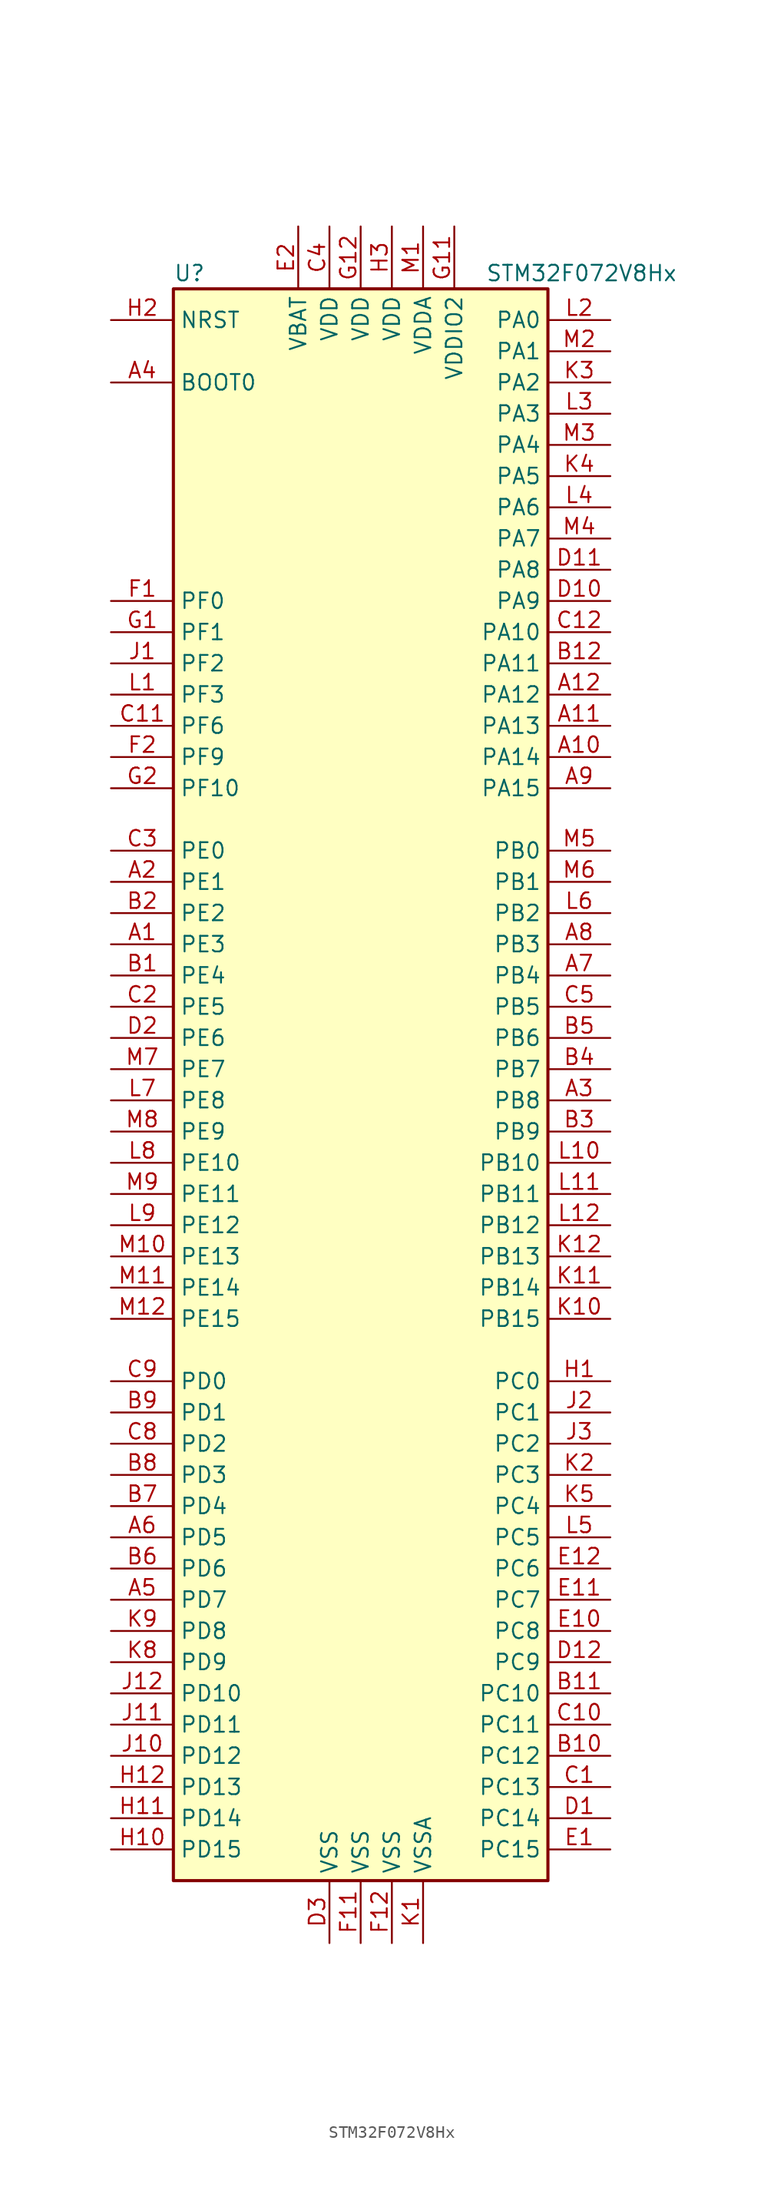
<source format=kicad_sym>
(kicad_symbol_lib
  (version 20201005)
  (generator kicad_symbol_editor)
  (symbol "MCU_ST_STM32F0:STM32F072V8Hx"
    (property "Reference" "U"
      (at -15.24 64.77 0)
      (effects (font (size 1.27 1.27)) (justify left)))
    (property "Value" "STM32F072V8Hx"
      (at 10.16 64.77 0)
      (effects (font (size 1.27 1.27)) (justify left)))
    (symbol "STM32F072V8Hx_0_1"
      (rectangle (start -15.24 -66.04) (end 15.24 63.5) (stroke (width 0.254)) (fill (type background))))
    (symbol "STM32F072V8Hx_1_1"
      (pin bidirectional line (at -20.32 10.16 0) (length 5.08) (name "PE3" (effects (font (size 1.27 1.27)))) (number "A1" (effects (font (size 1.27 1.27)))))
      (pin bidirectional line (at 20.32 25.4 180) (length 5.08) (name "PA14" (effects (font (size 1.27 1.27)))) (number "A10" (effects (font (size 1.27 1.27)))))
      (pin bidirectional line (at 20.32 27.94 180) (length 5.08) (name "PA13" (effects (font (size 1.27 1.27)))) (number "A11" (effects (font (size 1.27 1.27)))))
      (pin bidirectional line (at 20.32 30.48 180) (length 5.08) (name "PA12" (effects (font (size 1.27 1.27)))) (number "A12" (effects (font (size 1.27 1.27)))))
      (pin bidirectional line (at -20.32 15.24 0) (length 5.08) (name "PE1" (effects (font (size 1.27 1.27)))) (number "A2" (effects (font (size 1.27 1.27)))))
      (pin bidirectional line (at 20.32 -2.54 180) (length 5.08) (name "PB8" (effects (font (size 1.27 1.27)))) (number "A3" (effects (font (size 1.27 1.27)))))
      (pin input line (at -20.32 55.88 0) (length 5.08) (name "BOOT0" (effects (font (size 1.27 1.27)))) (number "A4" (effects (font (size 1.27 1.27)))))
      (pin bidirectional line (at -20.32 -43.18 0) (length 5.08) (name "PD7" (effects (font (size 1.27 1.27)))) (number "A5" (effects (font (size 1.27 1.27)))))
      (pin bidirectional line (at -20.32 -38.1 0) (length 5.08) (name "PD5" (effects (font (size 1.27 1.27)))) (number "A6" (effects (font (size 1.27 1.27)))))
      (pin bidirectional line (at 20.32 7.62 180) (length 5.08) (name "PB4" (effects (font (size 1.27 1.27)))) (number "A7" (effects (font (size 1.27 1.27)))))
      (pin bidirectional line (at 20.32 10.16 180) (length 5.08) (name "PB3" (effects (font (size 1.27 1.27)))) (number "A8" (effects (font (size 1.27 1.27)))))
      (pin bidirectional line (at 20.32 22.86 180) (length 5.08) (name "PA15" (effects (font (size 1.27 1.27)))) (number "A9" (effects (font (size 1.27 1.27)))))
      (pin bidirectional line (at -20.32 7.62 0) (length 5.08) (name "PE4" (effects (font (size 1.27 1.27)))) (number "B1" (effects (font (size 1.27 1.27)))))
      (pin bidirectional line (at 20.32 -55.88 180) (length 5.08) (name "PC12" (effects (font (size 1.27 1.27)))) (number "B10" (effects (font (size 1.27 1.27)))))
      (pin bidirectional line (at 20.32 -50.8 180) (length 5.08) (name "PC10" (effects (font (size 1.27 1.27)))) (number "B11" (effects (font (size 1.27 1.27)))))
      (pin bidirectional line (at 20.32 33.02 180) (length 5.08) (name "PA11" (effects (font (size 1.27 1.27)))) (number "B12" (effects (font (size 1.27 1.27)))))
      (pin bidirectional line (at -20.32 12.7 0) (length 5.08) (name "PE2" (effects (font (size 1.27 1.27)))) (number "B2" (effects (font (size 1.27 1.27)))))
      (pin bidirectional line (at 20.32 -5.08 180) (length 5.08) (name "PB9" (effects (font (size 1.27 1.27)))) (number "B3" (effects (font (size 1.27 1.27)))))
      (pin bidirectional line (at 20.32 0 180) (length 5.08) (name "PB7" (effects (font (size 1.27 1.27)))) (number "B4" (effects (font (size 1.27 1.27)))))
      (pin bidirectional line (at 20.32 2.54 180) (length 5.08) (name "PB6" (effects (font (size 1.27 1.27)))) (number "B5" (effects (font (size 1.27 1.27)))))
      (pin bidirectional line (at -20.32 -40.64 0) (length 5.08) (name "PD6" (effects (font (size 1.27 1.27)))) (number "B6" (effects (font (size 1.27 1.27)))))
      (pin bidirectional line (at -20.32 -35.56 0) (length 5.08) (name "PD4" (effects (font (size 1.27 1.27)))) (number "B7" (effects (font (size 1.27 1.27)))))
      (pin bidirectional line (at -20.32 -33.02 0) (length 5.08) (name "PD3" (effects (font (size 1.27 1.27)))) (number "B8" (effects (font (size 1.27 1.27)))))
      (pin bidirectional line (at -20.32 -27.94 0) (length 5.08) (name "PD1" (effects (font (size 1.27 1.27)))) (number "B9" (effects (font (size 1.27 1.27)))))
      (pin bidirectional line (at 20.32 -58.42 180) (length 5.08) (name "PC13" (effects (font (size 1.27 1.27)))) (number "C1" (effects (font (size 1.27 1.27)))))
      (pin bidirectional line (at 20.32 -53.34 180) (length 5.08) (name "PC11" (effects (font (size 1.27 1.27)))) (number "C10" (effects (font (size 1.27 1.27)))))
      (pin bidirectional line (at -20.32 27.94 0) (length 5.08) (name "PF6" (effects (font (size 1.27 1.27)))) (number "C11" (effects (font (size 1.27 1.27)))))
      (pin bidirectional line (at 20.32 35.56 180) (length 5.08) (name "PA10" (effects (font (size 1.27 1.27)))) (number "C12" (effects (font (size 1.27 1.27)))))
      (pin bidirectional line (at -20.32 5.08 0) (length 5.08) (name "PE5" (effects (font (size 1.27 1.27)))) (number "C2" (effects (font (size 1.27 1.27)))))
      (pin bidirectional line (at -20.32 17.78 0) (length 5.08) (name "PE0" (effects (font (size 1.27 1.27)))) (number "C3" (effects (font (size 1.27 1.27)))))
      (pin power_in line (at -2.54 68.58 270) (length 5.08) (name "VDD" (effects (font (size 1.27 1.27)))) (number "C4" (effects (font (size 1.27 1.27)))))
      (pin bidirectional line (at 20.32 5.08 180) (length 5.08) (name "PB5" (effects (font (size 1.27 1.27)))) (number "C5" (effects (font (size 1.27 1.27)))))
      (pin bidirectional line (at -20.32 -30.48 0) (length 5.08) (name "PD2" (effects (font (size 1.27 1.27)))) (number "C8" (effects (font (size 1.27 1.27)))))
      (pin bidirectional line (at -20.32 -25.4 0) (length 5.08) (name "PD0" (effects (font (size 1.27 1.27)))) (number "C9" (effects (font (size 1.27 1.27)))))
      (pin bidirectional line (at 20.32 -60.96 180) (length 5.08) (name "PC14" (effects (font (size 1.27 1.27)))) (number "D1" (effects (font (size 1.27 1.27)))))
      (pin bidirectional line (at 20.32 38.1 180) (length 5.08) (name "PA9" (effects (font (size 1.27 1.27)))) (number "D10" (effects (font (size 1.27 1.27)))))
      (pin bidirectional line (at 20.32 40.64 180) (length 5.08) (name "PA8" (effects (font (size 1.27 1.27)))) (number "D11" (effects (font (size 1.27 1.27)))))
      (pin bidirectional line (at 20.32 -48.26 180) (length 5.08) (name "PC9" (effects (font (size 1.27 1.27)))) (number "D12" (effects (font (size 1.27 1.27)))))
      (pin bidirectional line (at -20.32 2.54 0) (length 5.08) (name "PE6" (effects (font (size 1.27 1.27)))) (number "D2" (effects (font (size 1.27 1.27)))))
      (pin power_in line (at -2.54 -71.12 90) (length 5.08) (name "VSS" (effects (font (size 1.27 1.27)))) (number "D3" (effects (font (size 1.27 1.27)))))
      (pin bidirectional line (at 20.32 -63.5 180) (length 5.08) (name "PC15" (effects (font (size 1.27 1.27)))) (number "E1" (effects (font (size 1.27 1.27)))))
      (pin bidirectional line (at 20.32 -45.72 180) (length 5.08) (name "PC8" (effects (font (size 1.27 1.27)))) (number "E10" (effects (font (size 1.27 1.27)))))
      (pin bidirectional line (at 20.32 -43.18 180) (length 5.08) (name "PC7" (effects (font (size 1.27 1.27)))) (number "E11" (effects (font (size 1.27 1.27)))))
      (pin bidirectional line (at 20.32 -40.64 180) (length 5.08) (name "PC6" (effects (font (size 1.27 1.27)))) (number "E12" (effects (font (size 1.27 1.27)))))
      (pin power_in line (at -5.08 68.58 270) (length 5.08) (name "VBAT" (effects (font (size 1.27 1.27)))) (number "E2" (effects (font (size 1.27 1.27)))))
      (pin no_connect line (at -15.24 -63.5 0) (length 5.08) hide (name "NC" (effects (font (size 1.27 1.27)))) (number "E3" (effects (font (size 1.27 1.27)))))
      (pin input line (at -20.32 38.1 0) (length 5.08) (name "PF0" (effects (font (size 1.27 1.27)))) (number "F1" (effects (font (size 1.27 1.27)))))
      (pin power_in line (at 0 -71.12 90) (length 5.08) (name "VSS" (effects (font (size 1.27 1.27)))) (number "F11" (effects (font (size 1.27 1.27)))))
      (pin power_in line (at 2.54 -71.12 90) (length 5.08) (name "VSS" (effects (font (size 1.27 1.27)))) (number "F12" (effects (font (size 1.27 1.27)))))
      (pin bidirectional line (at -20.32 25.4 0) (length 5.08) (name "PF9" (effects (font (size 1.27 1.27)))) (number "F2" (effects (font (size 1.27 1.27)))))
      (pin input line (at -20.32 35.56 0) (length 5.08) (name "PF1" (effects (font (size 1.27 1.27)))) (number "G1" (effects (font (size 1.27 1.27)))))
      (pin power_in line (at 7.62 68.58 270) (length 5.08) (name "VDDIO2" (effects (font (size 1.27 1.27)))) (number "G11" (effects (font (size 1.27 1.27)))))
      (pin power_in line (at 0 68.58 270) (length 5.08) (name "VDD" (effects (font (size 1.27 1.27)))) (number "G12" (effects (font (size 1.27 1.27)))))
      (pin bidirectional line (at -20.32 22.86 0) (length 5.08) (name "PF10" (effects (font (size 1.27 1.27)))) (number "G2" (effects (font (size 1.27 1.27)))))
      (pin bidirectional line (at 20.32 -25.4 180) (length 5.08) (name "PC0" (effects (font (size 1.27 1.27)))) (number "H1" (effects (font (size 1.27 1.27)))))
      (pin bidirectional line (at -20.32 -63.5 0) (length 5.08) (name "PD15" (effects (font (size 1.27 1.27)))) (number "H10" (effects (font (size 1.27 1.27)))))
      (pin bidirectional line (at -20.32 -60.96 0) (length 5.08) (name "PD14" (effects (font (size 1.27 1.27)))) (number "H11" (effects (font (size 1.27 1.27)))))
      (pin bidirectional line (at -20.32 -58.42 0) (length 5.08) (name "PD13" (effects (font (size 1.27 1.27)))) (number "H12" (effects (font (size 1.27 1.27)))))
      (pin input line (at -20.32 60.96 0) (length 5.08) (name "NRST" (effects (font (size 1.27 1.27)))) (number "H2" (effects (font (size 1.27 1.27)))))
      (pin power_in line (at 2.54 68.58 270) (length 5.08) (name "VDD" (effects (font (size 1.27 1.27)))) (number "H3" (effects (font (size 1.27 1.27)))))
      (pin bidirectional line (at -20.32 33.02 0) (length 5.08) (name "PF2" (effects (font (size 1.27 1.27)))) (number "J1" (effects (font (size 1.27 1.27)))))
      (pin bidirectional line (at -20.32 -55.88 0) (length 5.08) (name "PD12" (effects (font (size 1.27 1.27)))) (number "J10" (effects (font (size 1.27 1.27)))))
      (pin bidirectional line (at -20.32 -53.34 0) (length 5.08) (name "PD11" (effects (font (size 1.27 1.27)))) (number "J11" (effects (font (size 1.27 1.27)))))
      (pin bidirectional line (at -20.32 -50.8 0) (length 5.08) (name "PD10" (effects (font (size 1.27 1.27)))) (number "J12" (effects (font (size 1.27 1.27)))))
      (pin bidirectional line (at 20.32 -27.94 180) (length 5.08) (name "PC1" (effects (font (size 1.27 1.27)))) (number "J2" (effects (font (size 1.27 1.27)))))
      (pin bidirectional line (at 20.32 -30.48 180) (length 5.08) (name "PC2" (effects (font (size 1.27 1.27)))) (number "J3" (effects (font (size 1.27 1.27)))))
      (pin power_in line (at 5.08 -71.12 90) (length 5.08) (name "VSSA" (effects (font (size 1.27 1.27)))) (number "K1" (effects (font (size 1.27 1.27)))))
      (pin bidirectional line (at 20.32 -20.32 180) (length 5.08) (name "PB15" (effects (font (size 1.27 1.27)))) (number "K10" (effects (font (size 1.27 1.27)))))
      (pin bidirectional line (at 20.32 -17.78 180) (length 5.08) (name "PB14" (effects (font (size 1.27 1.27)))) (number "K11" (effects (font (size 1.27 1.27)))))
      (pin bidirectional line (at 20.32 -15.24 180) (length 5.08) (name "PB13" (effects (font (size 1.27 1.27)))) (number "K12" (effects (font (size 1.27 1.27)))))
      (pin bidirectional line (at 20.32 -33.02 180) (length 5.08) (name "PC3" (effects (font (size 1.27 1.27)))) (number "K2" (effects (font (size 1.27 1.27)))))
      (pin bidirectional line (at 20.32 55.88 180) (length 5.08) (name "PA2" (effects (font (size 1.27 1.27)))) (number "K3" (effects (font (size 1.27 1.27)))))
      (pin bidirectional line (at 20.32 48.26 180) (length 5.08) (name "PA5" (effects (font (size 1.27 1.27)))) (number "K4" (effects (font (size 1.27 1.27)))))
      (pin bidirectional line (at 20.32 -35.56 180) (length 5.08) (name "PC4" (effects (font (size 1.27 1.27)))) (number "K5" (effects (font (size 1.27 1.27)))))
      (pin bidirectional line (at -20.32 -48.26 0) (length 5.08) (name "PD9" (effects (font (size 1.27 1.27)))) (number "K8" (effects (font (size 1.27 1.27)))))
      (pin bidirectional line (at -20.32 -45.72 0) (length 5.08) (name "PD8" (effects (font (size 1.27 1.27)))) (number "K9" (effects (font (size 1.27 1.27)))))
      (pin bidirectional line (at -20.32 30.48 0) (length 5.08) (name "PF3" (effects (font (size 1.27 1.27)))) (number "L1" (effects (font (size 1.27 1.27)))))
      (pin bidirectional line (at 20.32 -7.62 180) (length 5.08) (name "PB10" (effects (font (size 1.27 1.27)))) (number "L10" (effects (font (size 1.27 1.27)))))
      (pin bidirectional line (at 20.32 -10.16 180) (length 5.08) (name "PB11" (effects (font (size 1.27 1.27)))) (number "L11" (effects (font (size 1.27 1.27)))))
      (pin bidirectional line (at 20.32 -12.7 180) (length 5.08) (name "PB12" (effects (font (size 1.27 1.27)))) (number "L12" (effects (font (size 1.27 1.27)))))
      (pin bidirectional line (at 20.32 60.96 180) (length 5.08) (name "PA0" (effects (font (size 1.27 1.27)))) (number "L2" (effects (font (size 1.27 1.27)))))
      (pin bidirectional line (at 20.32 53.34 180) (length 5.08) (name "PA3" (effects (font (size 1.27 1.27)))) (number "L3" (effects (font (size 1.27 1.27)))))
      (pin bidirectional line (at 20.32 45.72 180) (length 5.08) (name "PA6" (effects (font (size 1.27 1.27)))) (number "L4" (effects (font (size 1.27 1.27)))))
      (pin bidirectional line (at 20.32 -38.1 180) (length 5.08) (name "PC5" (effects (font (size 1.27 1.27)))) (number "L5" (effects (font (size 1.27 1.27)))))
      (pin bidirectional line (at 20.32 12.7 180) (length 5.08) (name "PB2" (effects (font (size 1.27 1.27)))) (number "L6" (effects (font (size 1.27 1.27)))))
      (pin bidirectional line (at -20.32 -2.54 0) (length 5.08) (name "PE8" (effects (font (size 1.27 1.27)))) (number "L7" (effects (font (size 1.27 1.27)))))
      (pin bidirectional line (at -20.32 -7.62 0) (length 5.08) (name "PE10" (effects (font (size 1.27 1.27)))) (number "L8" (effects (font (size 1.27 1.27)))))
      (pin bidirectional line (at -20.32 -12.7 0) (length 5.08) (name "PE12" (effects (font (size 1.27 1.27)))) (number "L9" (effects (font (size 1.27 1.27)))))
      (pin power_in line (at 5.08 68.58 270) (length 5.08) (name "VDDA" (effects (font (size 1.27 1.27)))) (number "M1" (effects (font (size 1.27 1.27)))))
      (pin bidirectional line (at -20.32 -15.24 0) (length 5.08) (name "PE13" (effects (font (size 1.27 1.27)))) (number "M10" (effects (font (size 1.27 1.27)))))
      (pin bidirectional line (at -20.32 -17.78 0) (length 5.08) (name "PE14" (effects (font (size 1.27 1.27)))) (number "M11" (effects (font (size 1.27 1.27)))))
      (pin bidirectional line (at -20.32 -20.32 0) (length 5.08) (name "PE15" (effects (font (size 1.27 1.27)))) (number "M12" (effects (font (size 1.27 1.27)))))
      (pin bidirectional line (at 20.32 58.42 180) (length 5.08) (name "PA1" (effects (font (size 1.27 1.27)))) (number "M2" (effects (font (size 1.27 1.27)))))
      (pin bidirectional line (at 20.32 50.8 180) (length 5.08) (name "PA4" (effects (font (size 1.27 1.27)))) (number "M3" (effects (font (size 1.27 1.27)))))
      (pin bidirectional line (at 20.32 43.18 180) (length 5.08) (name "PA7" (effects (font (size 1.27 1.27)))) (number "M4" (effects (font (size 1.27 1.27)))))
      (pin bidirectional line (at 20.32 17.78 180) (length 5.08) (name "PB0" (effects (font (size 1.27 1.27)))) (number "M5" (effects (font (size 1.27 1.27)))))
      (pin bidirectional line (at 20.32 15.24 180) (length 5.08) (name "PB1" (effects (font (size 1.27 1.27)))) (number "M6" (effects (font (size 1.27 1.27)))))
      (pin bidirectional line (at -20.32 0 0) (length 5.08) (name "PE7" (effects (font (size 1.27 1.27)))) (number "M7" (effects (font (size 1.27 1.27)))))
      (pin bidirectional line (at -20.32 -5.08 0) (length 5.08) (name "PE9" (effects (font (size 1.27 1.27)))) (number "M8" (effects (font (size 1.27 1.27)))))
      (pin bidirectional line (at -20.32 -10.16 0) (length 5.08) (name "PE11" (effects (font (size 1.27 1.27)))) (number "M9" (effects (font (size 1.27 1.27))))))))
</source>
